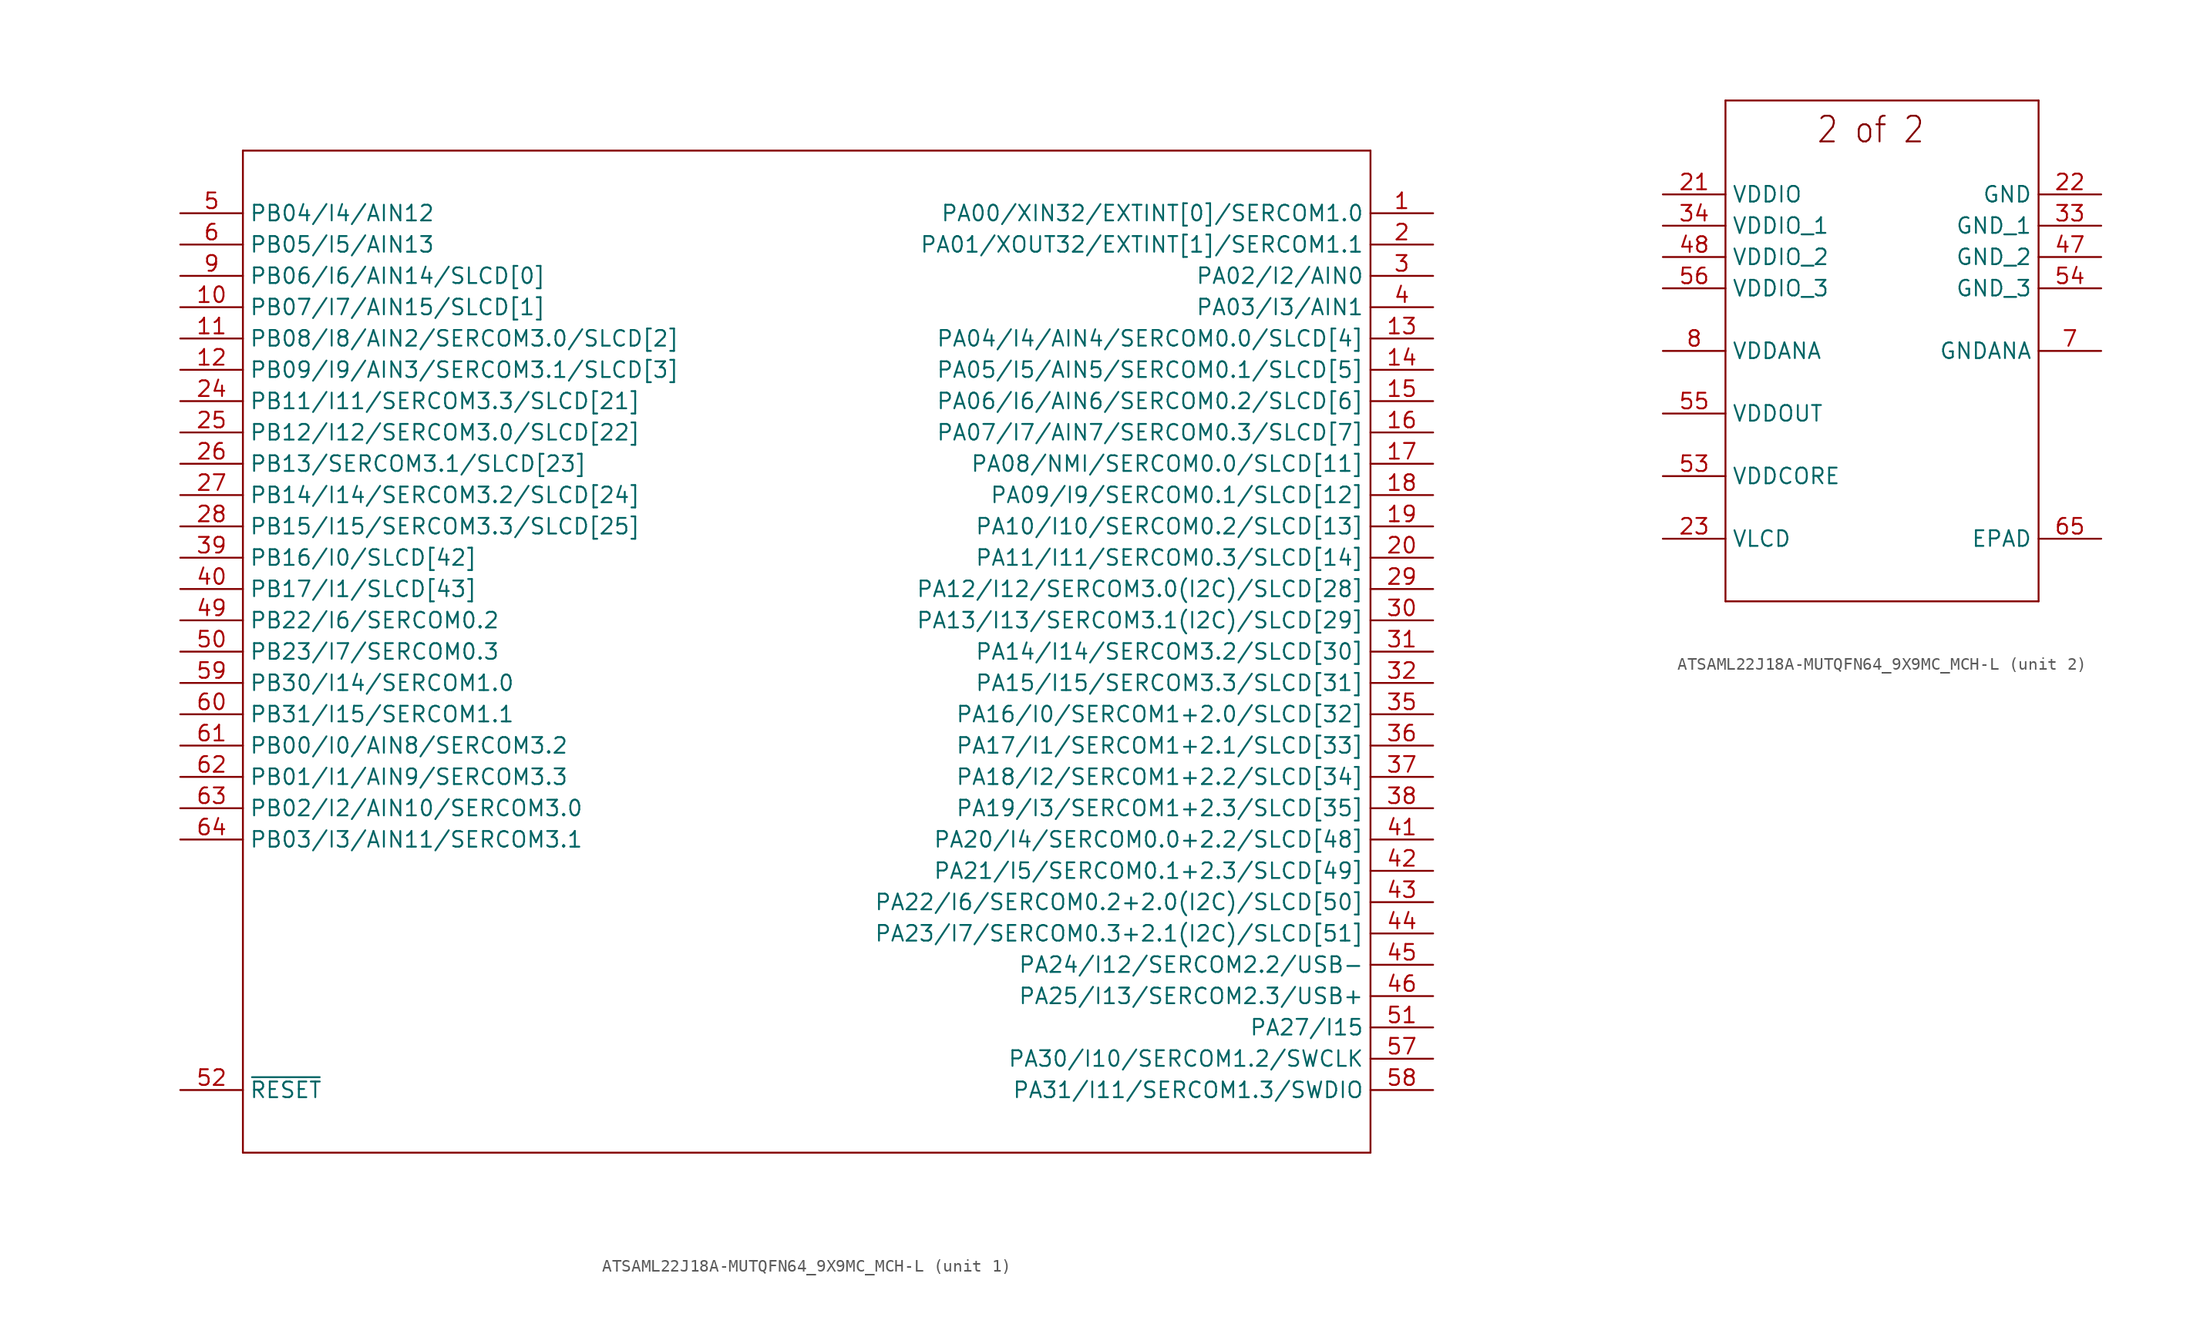
<source format=kicad_sym>
(kicad_symbol_lib
  (version 20220914)
  (generator kicad_symbol_editor)
  (symbol "ATSAML22J18A-MUTQFN64_9X9MC_MCH-L"
    (property "Reference" "U"
      (at -4.724 24.359 0)
      (effects (font (size 2.083 1.77)) (justify left bottom) hide))
    (property "ki_locked" ""
      (at 0 0 0)
      (effects (font (size 1.27 1.27))))
    (symbol "ATSAML22J18A-MUTQFN64_9X9MC_MCH-L_1_0"
      (polyline (pts (xy -45.72 -40.64) (xy 45.72 -40.64)) (stroke (width 0.152) (type solid)) (fill (type none)))
      (polyline (pts (xy -45.72 40.64) (xy -45.72 -40.64)) (stroke (width 0.152) (type solid)) (fill (type none)))
      (polyline (pts (xy 45.72 -40.64) (xy 45.72 40.64)) (stroke (width 0.152) (type solid)) (fill (type none)))
      (polyline (pts (xy 45.72 40.64) (xy -45.72 40.64)) (stroke (width 0.152) (type solid)) (fill (type none)))
      (pin bidirectional line (at 50.8 35.56 180) (length 5.08) (name "PA00/XIN32/EXTINT[0]/SERCOM1.0" (effects (font (size 1.27 1.27)))) (number "1" (effects (font (size 1.27 1.27)))))
      (pin bidirectional line (at -50.8 27.94 0) (length 5.08) (name "PB07/I7/AIN15/SLCD[1]" (effects (font (size 1.27 1.27)))) (number "10" (effects (font (size 1.27 1.27)))))
      (pin bidirectional line (at -50.8 25.4 0) (length 5.08) (name "PB08/I8/AIN2/SERCOM3.0/SLCD[2]" (effects (font (size 1.27 1.27)))) (number "11" (effects (font (size 1.27 1.27)))))
      (pin bidirectional line (at -50.8 22.86 0) (length 5.08) (name "PB09/I9/AIN3/SERCOM3.1/SLCD[3]" (effects (font (size 1.27 1.27)))) (number "12" (effects (font (size 1.27 1.27)))))
      (pin bidirectional line (at 50.8 25.4 180) (length 5.08) (name "PA04/I4/AIN4/SERCOM0.0/SLCD[4]" (effects (font (size 1.27 1.27)))) (number "13" (effects (font (size 1.27 1.27)))))
      (pin bidirectional line (at 50.8 22.86 180) (length 5.08) (name "PA05/I5/AIN5/SERCOM0.1/SLCD[5]" (effects (font (size 1.27 1.27)))) (number "14" (effects (font (size 1.27 1.27)))))
      (pin bidirectional line (at 50.8 20.32 180) (length 5.08) (name "PA06/I6/AIN6/SERCOM0.2/SLCD[6]" (effects (font (size 1.27 1.27)))) (number "15" (effects (font (size 1.27 1.27)))))
      (pin bidirectional line (at 50.8 17.78 180) (length 5.08) (name "PA07/I7/AIN7/SERCOM0.3/SLCD[7]" (effects (font (size 1.27 1.27)))) (number "16" (effects (font (size 1.27 1.27)))))
      (pin bidirectional line (at 50.8 15.24 180) (length 5.08) (name "PA08/NMI/SERCOM0.0/SLCD[11]" (effects (font (size 1.27 1.27)))) (number "17" (effects (font (size 1.27 1.27)))))
      (pin bidirectional line (at 50.8 12.7 180) (length 5.08) (name "PA09/I9/SERCOM0.1/SLCD[12]" (effects (font (size 1.27 1.27)))) (number "18" (effects (font (size 1.27 1.27)))))
      (pin bidirectional line (at 50.8 10.16 180) (length 5.08) (name "PA10/I10/SERCOM0.2/SLCD[13]" (effects (font (size 1.27 1.27)))) (number "19" (effects (font (size 1.27 1.27)))))
      (pin bidirectional line (at 50.8 33.02 180) (length 5.08) (name "PA01/XOUT32/EXTINT[1]/SERCOM1.1" (effects (font (size 1.27 1.27)))) (number "2" (effects (font (size 1.27 1.27)))))
      (pin bidirectional line (at 50.8 7.62 180) (length 5.08) (name "PA11/I11/SERCOM0.3/SLCD[14]" (effects (font (size 1.27 1.27)))) (number "20" (effects (font (size 1.27 1.27)))))
      (pin bidirectional line (at -50.8 20.32 0) (length 5.08) (name "PB11/I11/SERCOM3.3/SLCD[21]" (effects (font (size 1.27 1.27)))) (number "24" (effects (font (size 1.27 1.27)))))
      (pin bidirectional line (at -50.8 17.78 0) (length 5.08) (name "PB12/I12/SERCOM3.0/SLCD[22]" (effects (font (size 1.27 1.27)))) (number "25" (effects (font (size 1.27 1.27)))))
      (pin bidirectional line (at -50.8 15.24 0) (length 5.08) (name "PB13/SERCOM3.1/SLCD[23]" (effects (font (size 1.27 1.27)))) (number "26" (effects (font (size 1.27 1.27)))))
      (pin bidirectional line (at -50.8 12.7 0) (length 5.08) (name "PB14/I14/SERCOM3.2/SLCD[24]" (effects (font (size 1.27 1.27)))) (number "27" (effects (font (size 1.27 1.27)))))
      (pin bidirectional line (at -50.8 10.16 0) (length 5.08) (name "PB15/I15/SERCOM3.3/SLCD[25]" (effects (font (size 1.27 1.27)))) (number "28" (effects (font (size 1.27 1.27)))))
      (pin bidirectional line (at 50.8 5.08 180) (length 5.08) (name "PA12/I12/SERCOM3.0(I2C)/SLCD[28]" (effects (font (size 1.27 1.27)))) (number "29" (effects (font (size 1.27 1.27)))))
      (pin bidirectional line (at 50.8 30.48 180) (length 5.08) (name "PA02/I2/AIN0" (effects (font (size 1.27 1.27)))) (number "3" (effects (font (size 1.27 1.27)))))
      (pin bidirectional line (at 50.8 2.54 180) (length 5.08) (name "PA13/I13/SERCOM3.1(I2C)/SLCD[29]" (effects (font (size 1.27 1.27)))) (number "30" (effects (font (size 1.27 1.27)))))
      (pin bidirectional line (at 50.8 0 180) (length 5.08) (name "PA14/I14/SERCOM3.2/SLCD[30]" (effects (font (size 1.27 1.27)))) (number "31" (effects (font (size 1.27 1.27)))))
      (pin bidirectional line (at 50.8 -2.54 180) (length 5.08) (name "PA15/I15/SERCOM3.3/SLCD[31]" (effects (font (size 1.27 1.27)))) (number "32" (effects (font (size 1.27 1.27)))))
      (pin bidirectional line (at 50.8 -5.08 180) (length 5.08) (name "PA16/I0/SERCOM1+2.0/SLCD[32]" (effects (font (size 1.27 1.27)))) (number "35" (effects (font (size 1.27 1.27)))))
      (pin bidirectional line (at 50.8 -7.62 180) (length 5.08) (name "PA17/I1/SERCOM1+2.1/SLCD[33]" (effects (font (size 1.27 1.27)))) (number "36" (effects (font (size 1.27 1.27)))))
      (pin bidirectional line (at 50.8 -10.16 180) (length 5.08) (name "PA18/I2/SERCOM1+2.2/SLCD[34]" (effects (font (size 1.27 1.27)))) (number "37" (effects (font (size 1.27 1.27)))))
      (pin bidirectional line (at 50.8 -12.7 180) (length 5.08) (name "PA19/I3/SERCOM1+2.3/SLCD[35]" (effects (font (size 1.27 1.27)))) (number "38" (effects (font (size 1.27 1.27)))))
      (pin bidirectional line (at -50.8 7.62 0) (length 5.08) (name "PB16/I0/SLCD[42]" (effects (font (size 1.27 1.27)))) (number "39" (effects (font (size 1.27 1.27)))))
      (pin bidirectional line (at 50.8 27.94 180) (length 5.08) (name "PA03/I3/AIN1" (effects (font (size 1.27 1.27)))) (number "4" (effects (font (size 1.27 1.27)))))
      (pin bidirectional line (at -50.8 5.08 0) (length 5.08) (name "PB17/I1/SLCD[43]" (effects (font (size 1.27 1.27)))) (number "40" (effects (font (size 1.27 1.27)))))
      (pin bidirectional line (at 50.8 -15.24 180) (length 5.08) (name "PA20/I4/SERCOM0.0+2.2/SLCD[48]" (effects (font (size 1.27 1.27)))) (number "41" (effects (font (size 1.27 1.27)))))
      (pin bidirectional line (at 50.8 -17.78 180) (length 5.08) (name "PA21/I5/SERCOM0.1+2.3/SLCD[49]" (effects (font (size 1.27 1.27)))) (number "42" (effects (font (size 1.27 1.27)))))
      (pin bidirectional line (at 50.8 -20.32 180) (length 5.08) (name "PA22/I6/SERCOM0.2+2.0(I2C)/SLCD[50]" (effects (font (size 1.27 1.27)))) (number "43" (effects (font (size 1.27 1.27)))))
      (pin bidirectional line (at 50.8 -22.86 180) (length 5.08) (name "PA23/I7/SERCOM0.3+2.1(I2C)/SLCD[51]" (effects (font (size 1.27 1.27)))) (number "44" (effects (font (size 1.27 1.27)))))
      (pin bidirectional line (at 50.8 -25.4 180) (length 5.08) (name "PA24/I12/SERCOM2.2/USB-" (effects (font (size 1.27 1.27)))) (number "45" (effects (font (size 1.27 1.27)))))
      (pin bidirectional line (at 50.8 -27.94 180) (length 5.08) (name "PA25/I13/SERCOM2.3/USB+" (effects (font (size 1.27 1.27)))) (number "46" (effects (font (size 1.27 1.27)))))
      (pin bidirectional line (at -50.8 2.54 0) (length 5.08) (name "PB22/I6/SERCOM0.2" (effects (font (size 1.27 1.27)))) (number "49" (effects (font (size 1.27 1.27)))))
      (pin bidirectional line (at -50.8 35.56 0) (length 5.08) (name "PB04/I4/AIN12" (effects (font (size 1.27 1.27)))) (number "5" (effects (font (size 1.27 1.27)))))
      (pin bidirectional line (at -50.8 0 0) (length 5.08) (name "PB23/I7/SERCOM0.3" (effects (font (size 1.27 1.27)))) (number "50" (effects (font (size 1.27 1.27)))))
      (pin bidirectional line (at 50.8 -30.48 180) (length 5.08) (name "PA27/I15" (effects (font (size 1.27 1.27)))) (number "51" (effects (font (size 1.27 1.27)))))
      (pin bidirectional line (at -50.8 -35.56 0) (length 5.08) (name "~{RESET}" (effects (font (size 1.27 1.27)))) (number "52" (effects (font (size 1.27 1.27)))))
      (pin bidirectional line (at 50.8 -33.02 180) (length 5.08) (name "PA30/I10/SERCOM1.2/SWCLK" (effects (font (size 1.27 1.27)))) (number "57" (effects (font (size 1.27 1.27)))))
      (pin bidirectional line (at 50.8 -35.56 180) (length 5.08) (name "PA31/I11/SERCOM1.3/SWDIO" (effects (font (size 1.27 1.27)))) (number "58" (effects (font (size 1.27 1.27)))))
      (pin bidirectional line (at -50.8 -2.54 0) (length 5.08) (name "PB30/I14/SERCOM1.0" (effects (font (size 1.27 1.27)))) (number "59" (effects (font (size 1.27 1.27)))))
      (pin bidirectional line (at -50.8 33.02 0) (length 5.08) (name "PB05/I5/AIN13" (effects (font (size 1.27 1.27)))) (number "6" (effects (font (size 1.27 1.27)))))
      (pin bidirectional line (at -50.8 -5.08 0) (length 5.08) (name "PB31/I15/SERCOM1.1" (effects (font (size 1.27 1.27)))) (number "60" (effects (font (size 1.27 1.27)))))
      (pin bidirectional line (at -50.8 -7.62 0) (length 5.08) (name "PB00/I0/AIN8/SERCOM3.2" (effects (font (size 1.27 1.27)))) (number "61" (effects (font (size 1.27 1.27)))))
      (pin bidirectional line (at -50.8 -10.16 0) (length 5.08) (name "PB01/I1/AIN9/SERCOM3.3" (effects (font (size 1.27 1.27)))) (number "62" (effects (font (size 1.27 1.27)))))
      (pin bidirectional line (at -50.8 -12.7 0) (length 5.08) (name "PB02/I2/AIN10/SERCOM3.0" (effects (font (size 1.27 1.27)))) (number "63" (effects (font (size 1.27 1.27)))))
      (pin bidirectional line (at -50.8 -15.24 0) (length 5.08) (name "PB03/I3/AIN11/SERCOM3.1" (effects (font (size 1.27 1.27)))) (number "64" (effects (font (size 1.27 1.27)))))
      (pin bidirectional line (at -50.8 30.48 0) (length 5.08) (name "PB06/I6/AIN14/SLCD[0]" (effects (font (size 1.27 1.27)))) (number "9" (effects (font (size 1.27 1.27))))))
    (symbol "ATSAML22J18A-MUTQFN64_9X9MC_MCH-L_2_0"
      (polyline (pts (xy -12.7 -20.32) (xy 12.7 -20.32)) (stroke (width 0.152) (type solid)) (fill (type none)))
      (polyline (pts (xy -12.7 20.32) (xy -12.7 -20.32)) (stroke (width 0.152) (type solid)) (fill (type none)))
      (polyline (pts (xy 12.7 -20.32) (xy 12.7 20.32)) (stroke (width 0.152) (type solid)) (fill (type none)))
      (polyline (pts (xy 12.7 20.32) (xy -12.7 20.32)) (stroke (width 0.152) (type solid)) (fill (type none)))
      (text "2 of 2" (at -5.359 16.739 0) (effects (font (size 2.083 1.77)) (justify left bottom)))
      (pin power_in line (at -17.78 12.7 0) (length 5.08) (name "VDDIO" (effects (font (size 1.27 1.27)))) (number "21" (effects (font (size 1.27 1.27)))))
      (pin passive line (at 17.78 12.7 180) (length 5.08) (name "GND" (effects (font (size 1.27 1.27)))) (number "22" (effects (font (size 1.27 1.27)))))
      (pin passive line (at -17.78 -15.24 0) (length 5.08) (name "VLCD" (effects (font (size 1.27 1.27)))) (number "23" (effects (font (size 1.27 1.27)))))
      (pin passive line (at 17.78 10.16 180) (length 5.08) (name "GND_1" (effects (font (size 1.27 1.27)))) (number "33" (effects (font (size 1.27 1.27)))))
      (pin power_in line (at -17.78 10.16 0) (length 5.08) (name "VDDIO_1" (effects (font (size 1.27 1.27)))) (number "34" (effects (font (size 1.27 1.27)))))
      (pin passive line (at 17.78 7.62 180) (length 5.08) (name "GND_2" (effects (font (size 1.27 1.27)))) (number "47" (effects (font (size 1.27 1.27)))))
      (pin power_in line (at -17.78 7.62 0) (length 5.08) (name "VDDIO_2" (effects (font (size 1.27 1.27)))) (number "48" (effects (font (size 1.27 1.27)))))
      (pin power_in line (at -17.78 -10.16 0) (length 5.08) (name "VDDCORE" (effects (font (size 1.27 1.27)))) (number "53" (effects (font (size 1.27 1.27)))))
      (pin passive line (at 17.78 5.08 180) (length 5.08) (name "GND_3" (effects (font (size 1.27 1.27)))) (number "54" (effects (font (size 1.27 1.27)))))
      (pin output line (at -17.78 -5.08 0) (length 5.08) (name "VDDOUT" (effects (font (size 1.27 1.27)))) (number "55" (effects (font (size 1.27 1.27)))))
      (pin power_in line (at -17.78 5.08 0) (length 5.08) (name "VDDIO_3" (effects (font (size 1.27 1.27)))) (number "56" (effects (font (size 1.27 1.27)))))
      (pin passive line (at 17.78 -15.24 180) (length 5.08) (name "EPAD" (effects (font (size 1.27 1.27)))) (number "65" (effects (font (size 1.27 1.27)))))
      (pin passive line (at 17.78 0 180) (length 5.08) (name "GNDANA" (effects (font (size 1.27 1.27)))) (number "7" (effects (font (size 1.27 1.27)))))
      (pin power_in line (at -17.78 0 0) (length 5.08) (name "VDDANA" (effects (font (size 1.27 1.27)))) (number "8" (effects (font (size 1.27 1.27))))))))
</source>
